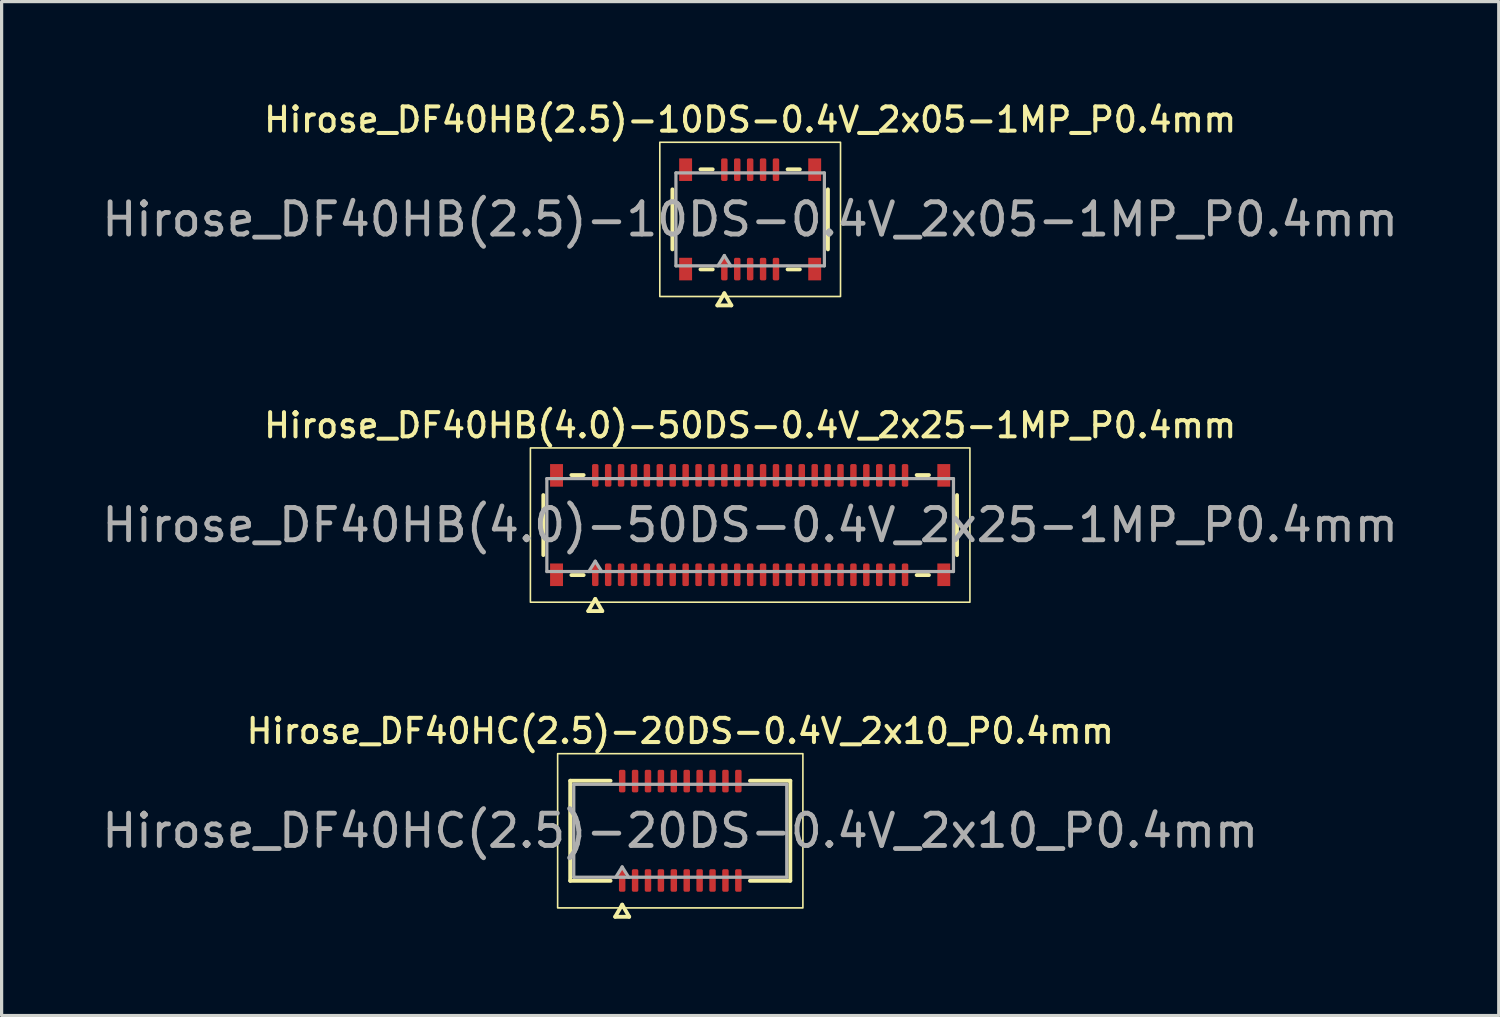
<source format=kicad_pcb>
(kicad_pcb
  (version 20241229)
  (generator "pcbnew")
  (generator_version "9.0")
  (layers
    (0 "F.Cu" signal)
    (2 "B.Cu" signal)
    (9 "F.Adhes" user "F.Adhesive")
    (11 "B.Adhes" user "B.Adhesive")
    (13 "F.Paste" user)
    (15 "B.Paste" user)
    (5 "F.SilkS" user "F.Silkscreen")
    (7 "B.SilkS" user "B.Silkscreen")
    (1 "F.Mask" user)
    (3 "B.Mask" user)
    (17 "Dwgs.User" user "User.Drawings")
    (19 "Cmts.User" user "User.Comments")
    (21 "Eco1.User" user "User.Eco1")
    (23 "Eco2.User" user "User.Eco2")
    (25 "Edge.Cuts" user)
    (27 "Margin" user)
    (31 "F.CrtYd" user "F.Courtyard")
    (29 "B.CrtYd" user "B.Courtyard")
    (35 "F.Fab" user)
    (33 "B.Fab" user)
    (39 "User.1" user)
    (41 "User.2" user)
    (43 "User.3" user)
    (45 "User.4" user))
  (footprint "Hirose_DF40HB(2.5)-10DS-0.4V_2x05-1MP_P0.4mm"
    (layer "F.Cu")
    (at 20.196 3.748)
    (property "Reference" "Hirose_DF40HB(2.5)-10DS-0.4V_2x05-1MP_P0.4mm" (at 0 -3.09 0) (layer "F.SilkS") (effects (font (size 0.75 0.75) (thickness 0.125))))
    (attr smd)
    (fp_line (start -2.41 0.93) (end -2.41 -0.93) (stroke (width 0.12) (type solid)) (layer "F.SilkS"))
    (fp_line (start -1.54 -1.55) (end -1.16 -1.55) (stroke (width 0.12) (type solid)) (layer "F.SilkS"))
    (fp_line (start -1.16 1.55) (end -1.54 1.55) (stroke (width 0.12) (type solid)) (layer "F.SilkS"))
    (fp_line (start -1.017 2.665) (end -0.8 2.29) (stroke (width 0.12) (type solid)) (layer "F.SilkS"))
    (fp_line (start -0.8 2.29) (end -0.583 2.665) (stroke (width 0.12) (type solid)) (layer "F.SilkS"))
    (fp_line (start -0.583 2.665) (end -1.017 2.665) (stroke (width 0.12) (type solid)) (layer "F.SilkS"))
    (fp_line (start 1.16 -1.55) (end 1.54 -1.55) (stroke (width 0.12) (type solid)) (layer "F.SilkS"))
    (fp_line (start 1.54 1.55) (end 1.16 1.55) (stroke (width 0.12) (type solid)) (layer "F.SilkS"))
    (fp_line (start 2.41 -0.93) (end 2.41 0.93) (stroke (width 0.12) (type solid)) (layer "F.SilkS"))
    (fp_rect (start -2.8 -2.39) (end 2.8 2.39) (stroke (width 0.05) (type solid)) (fill no) (layer "F.SilkS"))
    (fp_line (start -2.3 -1.44) (end 2.3 -1.44) (stroke (width 0.1) (type solid)) (layer "F.Fab"))
    (fp_line (start -2.3 1.44) (end -2.3 -1.44) (stroke (width 0.1) (type solid)) (layer "F.Fab"))
    (fp_line (start -1 1.44) (end -0.8 1.12) (stroke (width 0.1) (type solid)) (layer "F.Fab"))
    (fp_line (start -0.8 1.12) (end -0.6 1.44) (stroke (width 0.1) (type solid)) (layer "F.Fab"))
    (fp_line (start 2.3 -1.44) (end 2.3 1.44) (stroke (width 0.1) (type solid)) (layer "F.Fab"))
    (fp_line (start 2.3 1.44) (end -2.3 1.44) (stroke (width 0.1) (type solid)) (layer "F.Fab"))
    (fp_text user "${REFERENCE}" (at 0 0 0) (layer "F.Fab") (effects (font (size 1 1) (thickness 0.15))))
    (pad "1" smd roundrect (at -0.8 1.54) (size 0.2 0.7) (layers "F.Cu" "F.Mask" "F.Paste") (roundrect_rratio 0.25))
    (pad "2" smd roundrect (at -0.8 -1.54) (size 0.2 0.7) (layers "F.Cu" "F.Mask" "F.Paste") (roundrect_rratio 0.25))
    (pad "3" smd roundrect (at -0.4 1.54) (size 0.2 0.7) (layers "F.Cu" "F.Mask" "F.Paste") (roundrect_rratio 0.25))
    (pad "4" smd roundrect (at -0.4 -1.54) (size 0.2 0.7) (layers "F.Cu" "F.Mask" "F.Paste") (roundrect_rratio 0.25))
    (pad "5" smd roundrect (at 0 1.54) (size 0.2 0.7) (layers "F.Cu" "F.Mask" "F.Paste") (roundrect_rratio 0.25))
    (pad "6" smd roundrect (at 0 -1.54) (size 0.2 0.7) (layers "F.Cu" "F.Mask" "F.Paste") (roundrect_rratio 0.25))
    (pad "7" smd roundrect (at 0.4 1.54) (size 0.2 0.7) (layers "F.Cu" "F.Mask" "F.Paste") (roundrect_rratio 0.25))
    (pad "8" smd roundrect (at 0.4 -1.54) (size 0.2 0.7) (layers "F.Cu" "F.Mask" "F.Paste") (roundrect_rratio 0.25))
    (pad "9" smd roundrect (at 0.8 1.54) (size 0.2 0.7) (layers "F.Cu" "F.Mask" "F.Paste") (roundrect_rratio 0.25))
    (pad "10" smd roundrect (at 0.8 -1.54) (size 0.2 0.7) (layers "F.Cu" "F.Mask" "F.Paste") (roundrect_rratio 0.25))
    (pad "MP" smd rect (at -2 -1.54) (size 0.4 0.7) (layers "F.Cu" "F.Mask" "F.Paste"))
    (pad "MP" smd rect (at -2 1.54) (size 0.4 0.7) (layers "F.Cu" "F.Mask" "F.Paste"))
    (pad "MP" smd rect (at 2 -1.54) (size 0.4 0.7) (layers "F.Cu" "F.Mask" "F.Paste"))
    (pad "MP" smd rect (at 2 1.54) (size 0.4 0.7) (layers "F.Cu" "F.Mask" "F.Paste")))
  (footprint "Hirose_DF40HB(4.0)-50DS-0.4V_2x25-1MP_P0.4mm"
    (layer "F.Cu")
    (at 20.196 13.221)
    (property "Reference" "Hirose_DF40HB(4.0)-50DS-0.4V_2x25-1MP_P0.4mm" (at 0 -3.09 0) (layer "F.SilkS") (effects (font (size 0.75 0.75) (thickness 0.125))))
    (attr smd)
    (fp_line (start -6.41 0.93) (end -6.41 -0.93) (stroke (width 0.12) (type solid)) (layer "F.SilkS"))
    (fp_line (start -5.54 -1.55) (end -5.16 -1.55) (stroke (width 0.12) (type solid)) (layer "F.SilkS"))
    (fp_line (start -5.16 1.55) (end -5.54 1.55) (stroke (width 0.12) (type solid)) (layer "F.SilkS"))
    (fp_line (start -5.017 2.665) (end -4.8 2.29) (stroke (width 0.12) (type solid)) (layer "F.SilkS"))
    (fp_line (start -4.8 2.29) (end -4.583 2.665) (stroke (width 0.12) (type solid)) (layer "F.SilkS"))
    (fp_line (start -4.583 2.665) (end -5.017 2.665) (stroke (width 0.12) (type solid)) (layer "F.SilkS"))
    (fp_line (start 5.16 -1.55) (end 5.54 -1.55) (stroke (width 0.12) (type solid)) (layer "F.SilkS"))
    (fp_line (start 5.54 1.55) (end 5.16 1.55) (stroke (width 0.12) (type solid)) (layer "F.SilkS"))
    (fp_line (start 6.41 -0.93) (end 6.41 0.93) (stroke (width 0.12) (type solid)) (layer "F.SilkS"))
    (fp_rect (start -6.81 -2.39) (end 6.81 2.39) (stroke (width 0.05) (type solid)) (fill no) (layer "F.SilkS"))
    (fp_line (start -6.3 -1.44) (end 6.3 -1.44) (stroke (width 0.1) (type solid)) (layer "F.Fab"))
    (fp_line (start -6.3 1.44) (end -6.3 -1.44) (stroke (width 0.1) (type solid)) (layer "F.Fab"))
    (fp_line (start -5 1.44) (end -4.8 1.12) (stroke (width 0.1) (type solid)) (layer "F.Fab"))
    (fp_line (start -4.8 1.12) (end -4.6 1.44) (stroke (width 0.1) (type solid)) (layer "F.Fab"))
    (fp_line (start 6.3 -1.44) (end 6.3 1.44) (stroke (width 0.1) (type solid)) (layer "F.Fab"))
    (fp_line (start 6.3 1.44) (end -6.3 1.44) (stroke (width 0.1) (type solid)) (layer "F.Fab"))
    (fp_text user "${REFERENCE}" (at 0 0 0) (layer "F.Fab") (effects (font (size 1 1) (thickness 0.15))))
    (pad "1" smd roundrect (at -4.8 1.54) (size 0.2 0.7) (layers "F.Cu" "F.Mask" "F.Paste") (roundrect_rratio 0.25))
    (pad "2" smd roundrect (at -4.8 -1.54) (size 0.2 0.7) (layers "F.Cu" "F.Mask" "F.Paste") (roundrect_rratio 0.25))
    (pad "3" smd roundrect (at -4.4 1.54) (size 0.2 0.7) (layers "F.Cu" "F.Mask" "F.Paste") (roundrect_rratio 0.25))
    (pad "4" smd roundrect (at -4.4 -1.54) (size 0.2 0.7) (layers "F.Cu" "F.Mask" "F.Paste") (roundrect_rratio 0.25))
    (pad "5" smd roundrect (at -4 1.54) (size 0.2 0.7) (layers "F.Cu" "F.Mask" "F.Paste") (roundrect_rratio 0.25))
    (pad "6" smd roundrect (at -4 -1.54) (size 0.2 0.7) (layers "F.Cu" "F.Mask" "F.Paste") (roundrect_rratio 0.25))
    (pad "7" smd roundrect (at -3.6 1.54) (size 0.2 0.7) (layers "F.Cu" "F.Mask" "F.Paste") (roundrect_rratio 0.25))
    (pad "8" smd roundrect (at -3.6 -1.54) (size 0.2 0.7) (layers "F.Cu" "F.Mask" "F.Paste") (roundrect_rratio 0.25))
    (pad "9" smd roundrect (at -3.2 1.54) (size 0.2 0.7) (layers "F.Cu" "F.Mask" "F.Paste") (roundrect_rratio 0.25))
    (pad "10" smd roundrect (at -3.2 -1.54) (size 0.2 0.7) (layers "F.Cu" "F.Mask" "F.Paste") (roundrect_rratio 0.25))
    (pad "11" smd roundrect (at -2.8 1.54) (size 0.2 0.7) (layers "F.Cu" "F.Mask" "F.Paste") (roundrect_rratio 0.25))
    (pad "12" smd roundrect (at -2.8 -1.54) (size 0.2 0.7) (layers "F.Cu" "F.Mask" "F.Paste") (roundrect_rratio 0.25))
    (pad "13" smd roundrect (at -2.4 1.54) (size 0.2 0.7) (layers "F.Cu" "F.Mask" "F.Paste") (roundrect_rratio 0.25))
    (pad "14" smd roundrect (at -2.4 -1.54) (size 0.2 0.7) (layers "F.Cu" "F.Mask" "F.Paste") (roundrect_rratio 0.25))
    (pad "15" smd roundrect (at -2 1.54) (size 0.2 0.7) (layers "F.Cu" "F.Mask" "F.Paste") (roundrect_rratio 0.25))
    (pad "16" smd roundrect (at -2 -1.54) (size 0.2 0.7) (layers "F.Cu" "F.Mask" "F.Paste") (roundrect_rratio 0.25))
    (pad "17" smd roundrect (at -1.6 1.54) (size 0.2 0.7) (layers "F.Cu" "F.Mask" "F.Paste") (roundrect_rratio 0.25))
    (pad "18" smd roundrect (at -1.6 -1.54) (size 0.2 0.7) (layers "F.Cu" "F.Mask" "F.Paste") (roundrect_rratio 0.25))
    (pad "19" smd roundrect (at -1.2 1.54) (size 0.2 0.7) (layers "F.Cu" "F.Mask" "F.Paste") (roundrect_rratio 0.25))
    (pad "20" smd roundrect (at -1.2 -1.54) (size 0.2 0.7) (layers "F.Cu" "F.Mask" "F.Paste") (roundrect_rratio 0.25))
    (pad "21" smd roundrect (at -0.8 1.54) (size 0.2 0.7) (layers "F.Cu" "F.Mask" "F.Paste") (roundrect_rratio 0.25))
    (pad "22" smd roundrect (at -0.8 -1.54) (size 0.2 0.7) (layers "F.Cu" "F.Mask" "F.Paste") (roundrect_rratio 0.25))
    (pad "23" smd roundrect (at -0.4 1.54) (size 0.2 0.7) (layers "F.Cu" "F.Mask" "F.Paste") (roundrect_rratio 0.25))
    (pad "24" smd roundrect (at -0.4 -1.54) (size 0.2 0.7) (layers "F.Cu" "F.Mask" "F.Paste") (roundrect_rratio 0.25))
    (pad "25" smd roundrect (at 0 1.54) (size 0.2 0.7) (layers "F.Cu" "F.Mask" "F.Paste") (roundrect_rratio 0.25))
    (pad "26" smd roundrect (at 0 -1.54) (size 0.2 0.7) (layers "F.Cu" "F.Mask" "F.Paste") (roundrect_rratio 0.25))
    (pad "27" smd roundrect (at 0.4 1.54) (size 0.2 0.7) (layers "F.Cu" "F.Mask" "F.Paste") (roundrect_rratio 0.25))
    (pad "28" smd roundrect (at 0.4 -1.54) (size 0.2 0.7) (layers "F.Cu" "F.Mask" "F.Paste") (roundrect_rratio 0.25))
    (pad "29" smd roundrect (at 0.8 1.54) (size 0.2 0.7) (layers "F.Cu" "F.Mask" "F.Paste") (roundrect_rratio 0.25))
    (pad "30" smd roundrect (at 0.8 -1.54) (size 0.2 0.7) (layers "F.Cu" "F.Mask" "F.Paste") (roundrect_rratio 0.25))
    (pad "31" smd roundrect (at 1.2 1.54) (size 0.2 0.7) (layers "F.Cu" "F.Mask" "F.Paste") (roundrect_rratio 0.25))
    (pad "32" smd roundrect (at 1.2 -1.54) (size 0.2 0.7) (layers "F.Cu" "F.Mask" "F.Paste") (roundrect_rratio 0.25))
    (pad "33" smd roundrect (at 1.6 1.54) (size 0.2 0.7) (layers "F.Cu" "F.Mask" "F.Paste") (roundrect_rratio 0.25))
    (pad "34" smd roundrect (at 1.6 -1.54) (size 0.2 0.7) (layers "F.Cu" "F.Mask" "F.Paste") (roundrect_rratio 0.25))
    (pad "35" smd roundrect (at 2 1.54) (size 0.2 0.7) (layers "F.Cu" "F.Mask" "F.Paste") (roundrect_rratio 0.25))
    (pad "36" smd roundrect (at 2 -1.54) (size 0.2 0.7) (layers "F.Cu" "F.Mask" "F.Paste") (roundrect_rratio 0.25))
    (pad "37" smd roundrect (at 2.4 1.54) (size 0.2 0.7) (layers "F.Cu" "F.Mask" "F.Paste") (roundrect_rratio 0.25))
    (pad "38" smd roundrect (at 2.4 -1.54) (size 0.2 0.7) (layers "F.Cu" "F.Mask" "F.Paste") (roundrect_rratio 0.25))
    (pad "39" smd roundrect (at 2.8 1.54) (size 0.2 0.7) (layers "F.Cu" "F.Mask" "F.Paste") (roundrect_rratio 0.25))
    (pad "40" smd roundrect (at 2.8 -1.54) (size 0.2 0.7) (layers "F.Cu" "F.Mask" "F.Paste") (roundrect_rratio 0.25))
    (pad "41" smd roundrect (at 3.2 1.54) (size 0.2 0.7) (layers "F.Cu" "F.Mask" "F.Paste") (roundrect_rratio 0.25))
    (pad "42" smd roundrect (at 3.2 -1.54) (size 0.2 0.7) (layers "F.Cu" "F.Mask" "F.Paste") (roundrect_rratio 0.25))
    (pad "43" smd roundrect (at 3.6 1.54) (size 0.2 0.7) (layers "F.Cu" "F.Mask" "F.Paste") (roundrect_rratio 0.25))
    (pad "44" smd roundrect (at 3.6 -1.54) (size 0.2 0.7) (layers "F.Cu" "F.Mask" "F.Paste") (roundrect_rratio 0.25))
    (pad "45" smd roundrect (at 4 1.54) (size 0.2 0.7) (layers "F.Cu" "F.Mask" "F.Paste") (roundrect_rratio 0.25))
    (pad "46" smd roundrect (at 4 -1.54) (size 0.2 0.7) (layers "F.Cu" "F.Mask" "F.Paste") (roundrect_rratio 0.25))
    (pad "47" smd roundrect (at 4.4 1.54) (size 0.2 0.7) (layers "F.Cu" "F.Mask" "F.Paste") (roundrect_rratio 0.25))
    (pad "48" smd roundrect (at 4.4 -1.54) (size 0.2 0.7) (layers "F.Cu" "F.Mask" "F.Paste") (roundrect_rratio 0.25))
    (pad "49" smd roundrect (at 4.8 1.54) (size 0.2 0.7) (layers "F.Cu" "F.Mask" "F.Paste") (roundrect_rratio 0.25))
    (pad "50" smd roundrect (at 4.8 -1.54) (size 0.2 0.7) (layers "F.Cu" "F.Mask" "F.Paste") (roundrect_rratio 0.25))
    (pad "MP" smd rect (at -6 -1.54) (size 0.4 0.7) (layers "F.Cu" "F.Mask" "F.Paste"))
    (pad "MP" smd rect (at -6 1.54) (size 0.4 0.7) (layers "F.Cu" "F.Mask" "F.Paste"))
    (pad "MP" smd rect (at 6 -1.54) (size 0.4 0.7) (layers "F.Cu" "F.Mask" "F.Paste"))
    (pad "MP" smd rect (at 6 1.54) (size 0.4 0.7) (layers "F.Cu" "F.Mask" "F.Paste")))
  (footprint "Hirose_DF40HC(2.5)-20DS-0.4V_2x10_P0.4mm"
    (layer "F.Cu")
    (at 18.03 22.694)
    (property "Reference" "Hirose_DF40HC(2.5)-20DS-0.4V_2x10_P0.4mm" (at 0 -3.09 0) (layer "F.SilkS") (effects (font (size 0.75 0.75) (thickness 0.125))))
    (attr smd)
    (fp_line (start -3.41 -1.55) (end -2.16 -1.55) (stroke (width 0.12) (type solid)) (layer "F.SilkS"))
    (fp_line (start -3.41 1.55) (end -3.41 -1.55) (stroke (width 0.12) (type solid)) (layer "F.SilkS"))
    (fp_line (start -2.16 1.55) (end -3.41 1.55) (stroke (width 0.12) (type solid)) (layer "F.SilkS"))
    (fp_line (start -2.017 2.665) (end -1.8 2.29) (stroke (width 0.12) (type solid)) (layer "F.SilkS"))
    (fp_line (start -1.8 2.29) (end -1.583 2.665) (stroke (width 0.12) (type solid)) (layer "F.SilkS"))
    (fp_line (start -1.583 2.665) (end -2.017 2.665) (stroke (width 0.12) (type solid)) (layer "F.SilkS"))
    (fp_line (start 2.16 -1.55) (end 3.41 -1.55) (stroke (width 0.12) (type solid)) (layer "F.SilkS"))
    (fp_line (start 3.41 -1.55) (end 3.41 1.55) (stroke (width 0.12) (type solid)) (layer "F.SilkS"))
    (fp_line (start 3.41 1.55) (end 2.16 1.55) (stroke (width 0.12) (type solid)) (layer "F.SilkS"))
    (fp_rect (start -3.8 -2.39) (end 3.8 2.39) (stroke (width 0.05) (type solid)) (fill no) (layer "F.SilkS"))
    (fp_line (start -3.3 -1.44) (end 3.3 -1.44) (stroke (width 0.1) (type solid)) (layer "F.Fab"))
    (fp_line (start -3.3 1.44) (end -3.3 -1.44) (stroke (width 0.1) (type solid)) (layer "F.Fab"))
    (fp_line (start -2 1.44) (end -1.8 1.12) (stroke (width 0.1) (type solid)) (layer "F.Fab"))
    (fp_line (start -1.8 1.12) (end -1.6 1.44) (stroke (width 0.1) (type solid)) (layer "F.Fab"))
    (fp_line (start 3.3 -1.44) (end 3.3 1.44) (stroke (width 0.1) (type solid)) (layer "F.Fab"))
    (fp_line (start 3.3 1.44) (end -3.3 1.44) (stroke (width 0.1) (type solid)) (layer "F.Fab"))
    (fp_text user "${REFERENCE}" (at 0 0 0) (layer "F.Fab") (effects (font (size 1 1) (thickness 0.15))))
    (pad "1" smd roundrect (at -1.8 1.54) (size 0.2 0.7) (layers "F.Cu" "F.Mask" "F.Paste") (roundrect_rratio 0.25))
    (pad "2" smd roundrect (at -1.8 -1.54) (size 0.2 0.7) (layers "F.Cu" "F.Mask" "F.Paste") (roundrect_rratio 0.25))
    (pad "3" smd roundrect (at -1.4 1.54) (size 0.2 0.7) (layers "F.Cu" "F.Mask" "F.Paste") (roundrect_rratio 0.25))
    (pad "4" smd roundrect (at -1.4 -1.54) (size 0.2 0.7) (layers "F.Cu" "F.Mask" "F.Paste") (roundrect_rratio 0.25))
    (pad "5" smd roundrect (at -1 1.54) (size 0.2 0.7) (layers "F.Cu" "F.Mask" "F.Paste") (roundrect_rratio 0.25))
    (pad "6" smd roundrect (at -1 -1.54) (size 0.2 0.7) (layers "F.Cu" "F.Mask" "F.Paste") (roundrect_rratio 0.25))
    (pad "7" smd roundrect (at -0.6 1.54) (size 0.2 0.7) (layers "F.Cu" "F.Mask" "F.Paste") (roundrect_rratio 0.25))
    (pad "8" smd roundrect (at -0.6 -1.54) (size 0.2 0.7) (layers "F.Cu" "F.Mask" "F.Paste") (roundrect_rratio 0.25))
    (pad "9" smd roundrect (at -0.2 1.54) (size 0.2 0.7) (layers "F.Cu" "F.Mask" "F.Paste") (roundrect_rratio 0.25))
    (pad "10" smd roundrect (at -0.2 -1.54) (size 0.2 0.7) (layers "F.Cu" "F.Mask" "F.Paste") (roundrect_rratio 0.25))
    (pad "11" smd roundrect (at 0.2 1.54) (size 0.2 0.7) (layers "F.Cu" "F.Mask" "F.Paste") (roundrect_rratio 0.25))
    (pad "12" smd roundrect (at 0.2 -1.54) (size 0.2 0.7) (layers "F.Cu" "F.Mask" "F.Paste") (roundrect_rratio 0.25))
    (pad "13" smd roundrect (at 0.6 1.54) (size 0.2 0.7) (layers "F.Cu" "F.Mask" "F.Paste") (roundrect_rratio 0.25))
    (pad "14" smd roundrect (at 0.6 -1.54) (size 0.2 0.7) (layers "F.Cu" "F.Mask" "F.Paste") (roundrect_rratio 0.25))
    (pad "15" smd roundrect (at 1 1.54) (size 0.2 0.7) (layers "F.Cu" "F.Mask" "F.Paste") (roundrect_rratio 0.25))
    (pad "16" smd roundrect (at 1 -1.54) (size 0.2 0.7) (layers "F.Cu" "F.Mask" "F.Paste") (roundrect_rratio 0.25))
    (pad "17" smd roundrect (at 1.4 1.54) (size 0.2 0.7) (layers "F.Cu" "F.Mask" "F.Paste") (roundrect_rratio 0.25))
    (pad "18" smd roundrect (at 1.4 -1.54) (size 0.2 0.7) (layers "F.Cu" "F.Mask" "F.Paste") (roundrect_rratio 0.25))
    (pad "19" smd roundrect (at 1.8 1.54) (size 0.2 0.7) (layers "F.Cu" "F.Mask" "F.Paste") (roundrect_rratio 0.25))
    (pad "20" smd roundrect (at 1.8 -1.54) (size 0.2 0.7) (layers "F.Cu" "F.Mask" "F.Paste") (roundrect_rratio 0.25)))
  (gr_rect
    (start -3 -3)
    (end 43.393 28.419)
    (stroke (width 0.1) (type default))
    (fill no)
    (layer "Edge.Cuts")))
</source>
